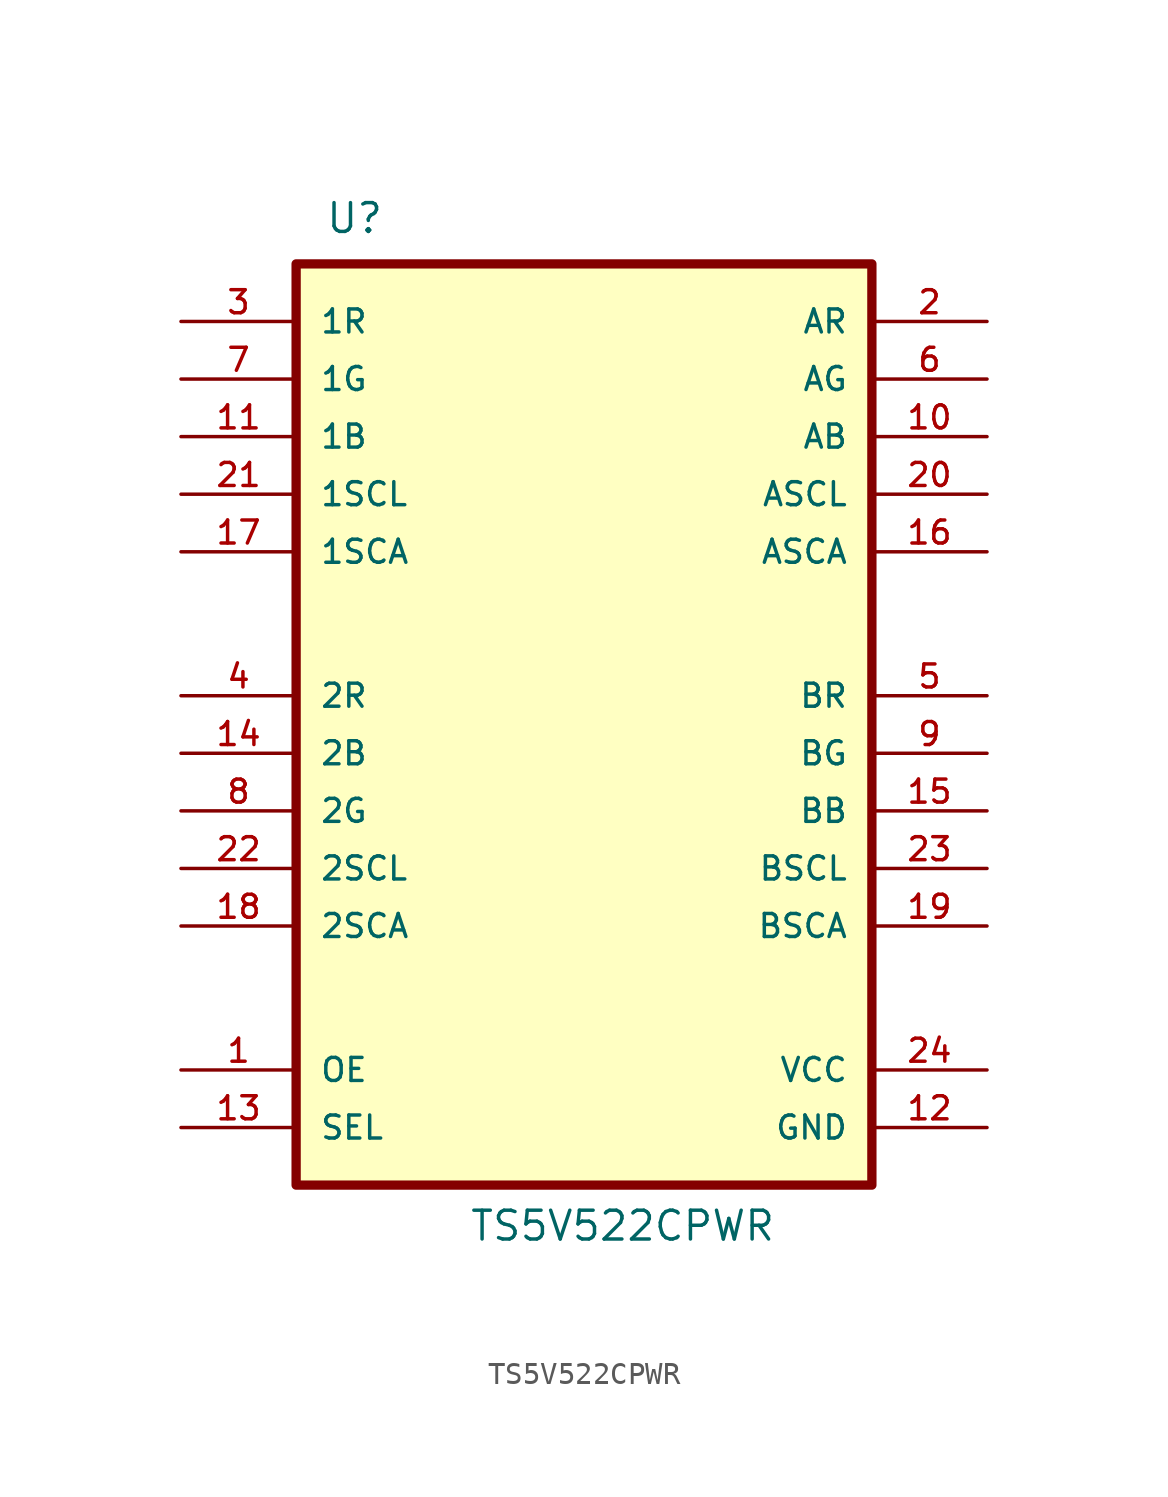
<source format=kicad_sym>
(kicad_symbol_lib
  (version 20220914)
  (generator kicad_symbol_editor)
  (symbol "TS5V522CPWR"
    (pin_names
      (offset 1.016))
    (property "Reference" "U"
      (at -11.43 22.86 0)
      (effects (font (size 1.27 1.27)) (justify left bottom)))
    (property "Value" "TS5V522CPWR"
      (at -5.08 -21.59 0)
      (effects (font (size 1.27 1.27)) (justify left bottom)))
    (symbol "TS5V522CPWR_0_0"
      (rectangle (start -12.7 21.59) (end 12.7 -19.05) (stroke (width 0.41) (type default)) (fill (type background)))
      (pin bidirectional line (at -17.78 -13.97 0) (length 5.08) (name "OE" (effects (font (size 1.016 1.016)))) (number "1" (effects (font (size 1.016 1.016)))))
      (pin bidirectional line (at 17.78 13.97 180) (length 5.08) (name "AB" (effects (font (size 1.016 1.016)))) (number "10" (effects (font (size 1.016 1.016)))))
      (pin bidirectional line (at -17.78 13.97 0) (length 5.08) (name "1B" (effects (font (size 1.016 1.016)))) (number "11" (effects (font (size 1.016 1.016)))))
      (pin power_in line (at 17.78 -16.51 180) (length 5.08) (name "GND" (effects (font (size 1.016 1.016)))) (number "12" (effects (font (size 1.016 1.016)))))
      (pin bidirectional line (at -17.78 -16.51 0) (length 5.08) (name "SEL" (effects (font (size 1.016 1.016)))) (number "13" (effects (font (size 1.016 1.016)))))
      (pin bidirectional line (at -17.78 0 0) (length 5.08) (name "2B" (effects (font (size 1.016 1.016)))) (number "14" (effects (font (size 1.016 1.016)))))
      (pin bidirectional line (at 17.78 -2.54 180) (length 5.08) (name "BB" (effects (font (size 1.016 1.016)))) (number "15" (effects (font (size 1.016 1.016)))))
      (pin bidirectional line (at 17.78 8.89 180) (length 5.08) (name "ASCA" (effects (font (size 1.016 1.016)))) (number "16" (effects (font (size 1.016 1.016)))))
      (pin bidirectional line (at -17.78 8.89 0) (length 5.08) (name "1SCA" (effects (font (size 1.016 1.016)))) (number "17" (effects (font (size 1.016 1.016)))))
      (pin bidirectional line (at -17.78 -7.62 0) (length 5.08) (name "2SCA" (effects (font (size 1.016 1.016)))) (number "18" (effects (font (size 1.016 1.016)))))
      (pin bidirectional line (at 17.78 -7.62 180) (length 5.08) (name "BSCA" (effects (font (size 1.016 1.016)))) (number "19" (effects (font (size 1.016 1.016)))))
      (pin bidirectional line (at 17.78 19.05 180) (length 5.08) (name "AR" (effects (font (size 1.016 1.016)))) (number "2" (effects (font (size 1.016 1.016)))))
      (pin bidirectional line (at 17.78 11.43 180) (length 5.08) (name "ASCL" (effects (font (size 1.016 1.016)))) (number "20" (effects (font (size 1.016 1.016)))))
      (pin bidirectional line (at -17.78 11.43 0) (length 5.08) (name "1SCL" (effects (font (size 1.016 1.016)))) (number "21" (effects (font (size 1.016 1.016)))))
      (pin bidirectional line (at -17.78 -5.08 0) (length 5.08) (name "2SCL" (effects (font (size 1.016 1.016)))) (number "22" (effects (font (size 1.016 1.016)))))
      (pin bidirectional line (at 17.78 -5.08 180) (length 5.08) (name "BSCL" (effects (font (size 1.016 1.016)))) (number "23" (effects (font (size 1.016 1.016)))))
      (pin power_in line (at 17.78 -13.97 180) (length 5.08) (name "VCC" (effects (font (size 1.016 1.016)))) (number "24" (effects (font (size 1.016 1.016)))))
      (pin bidirectional line (at -17.78 19.05 0) (length 5.08) (name "1R" (effects (font (size 1.016 1.016)))) (number "3" (effects (font (size 1.016 1.016)))))
      (pin bidirectional line (at -17.78 2.54 0) (length 5.08) (name "2R" (effects (font (size 1.016 1.016)))) (number "4" (effects (font (size 1.016 1.016)))))
      (pin bidirectional line (at 17.78 2.54 180) (length 5.08) (name "BR" (effects (font (size 1.016 1.016)))) (number "5" (effects (font (size 1.016 1.016)))))
      (pin bidirectional line (at 17.78 16.51 180) (length 5.08) (name "AG" (effects (font (size 1.016 1.016)))) (number "6" (effects (font (size 1.016 1.016)))))
      (pin bidirectional line (at -17.78 16.51 0) (length 5.08) (name "1G" (effects (font (size 1.016 1.016)))) (number "7" (effects (font (size 1.016 1.016)))))
      (pin bidirectional line (at -17.78 -2.54 0) (length 5.08) (name "2G" (effects (font (size 1.016 1.016)))) (number "8" (effects (font (size 1.016 1.016)))))
      (pin bidirectional line (at 17.78 0 180) (length 5.08) (name "BG" (effects (font (size 1.016 1.016)))) (number "9" (effects (font (size 1.016 1.016))))))))
</source>
